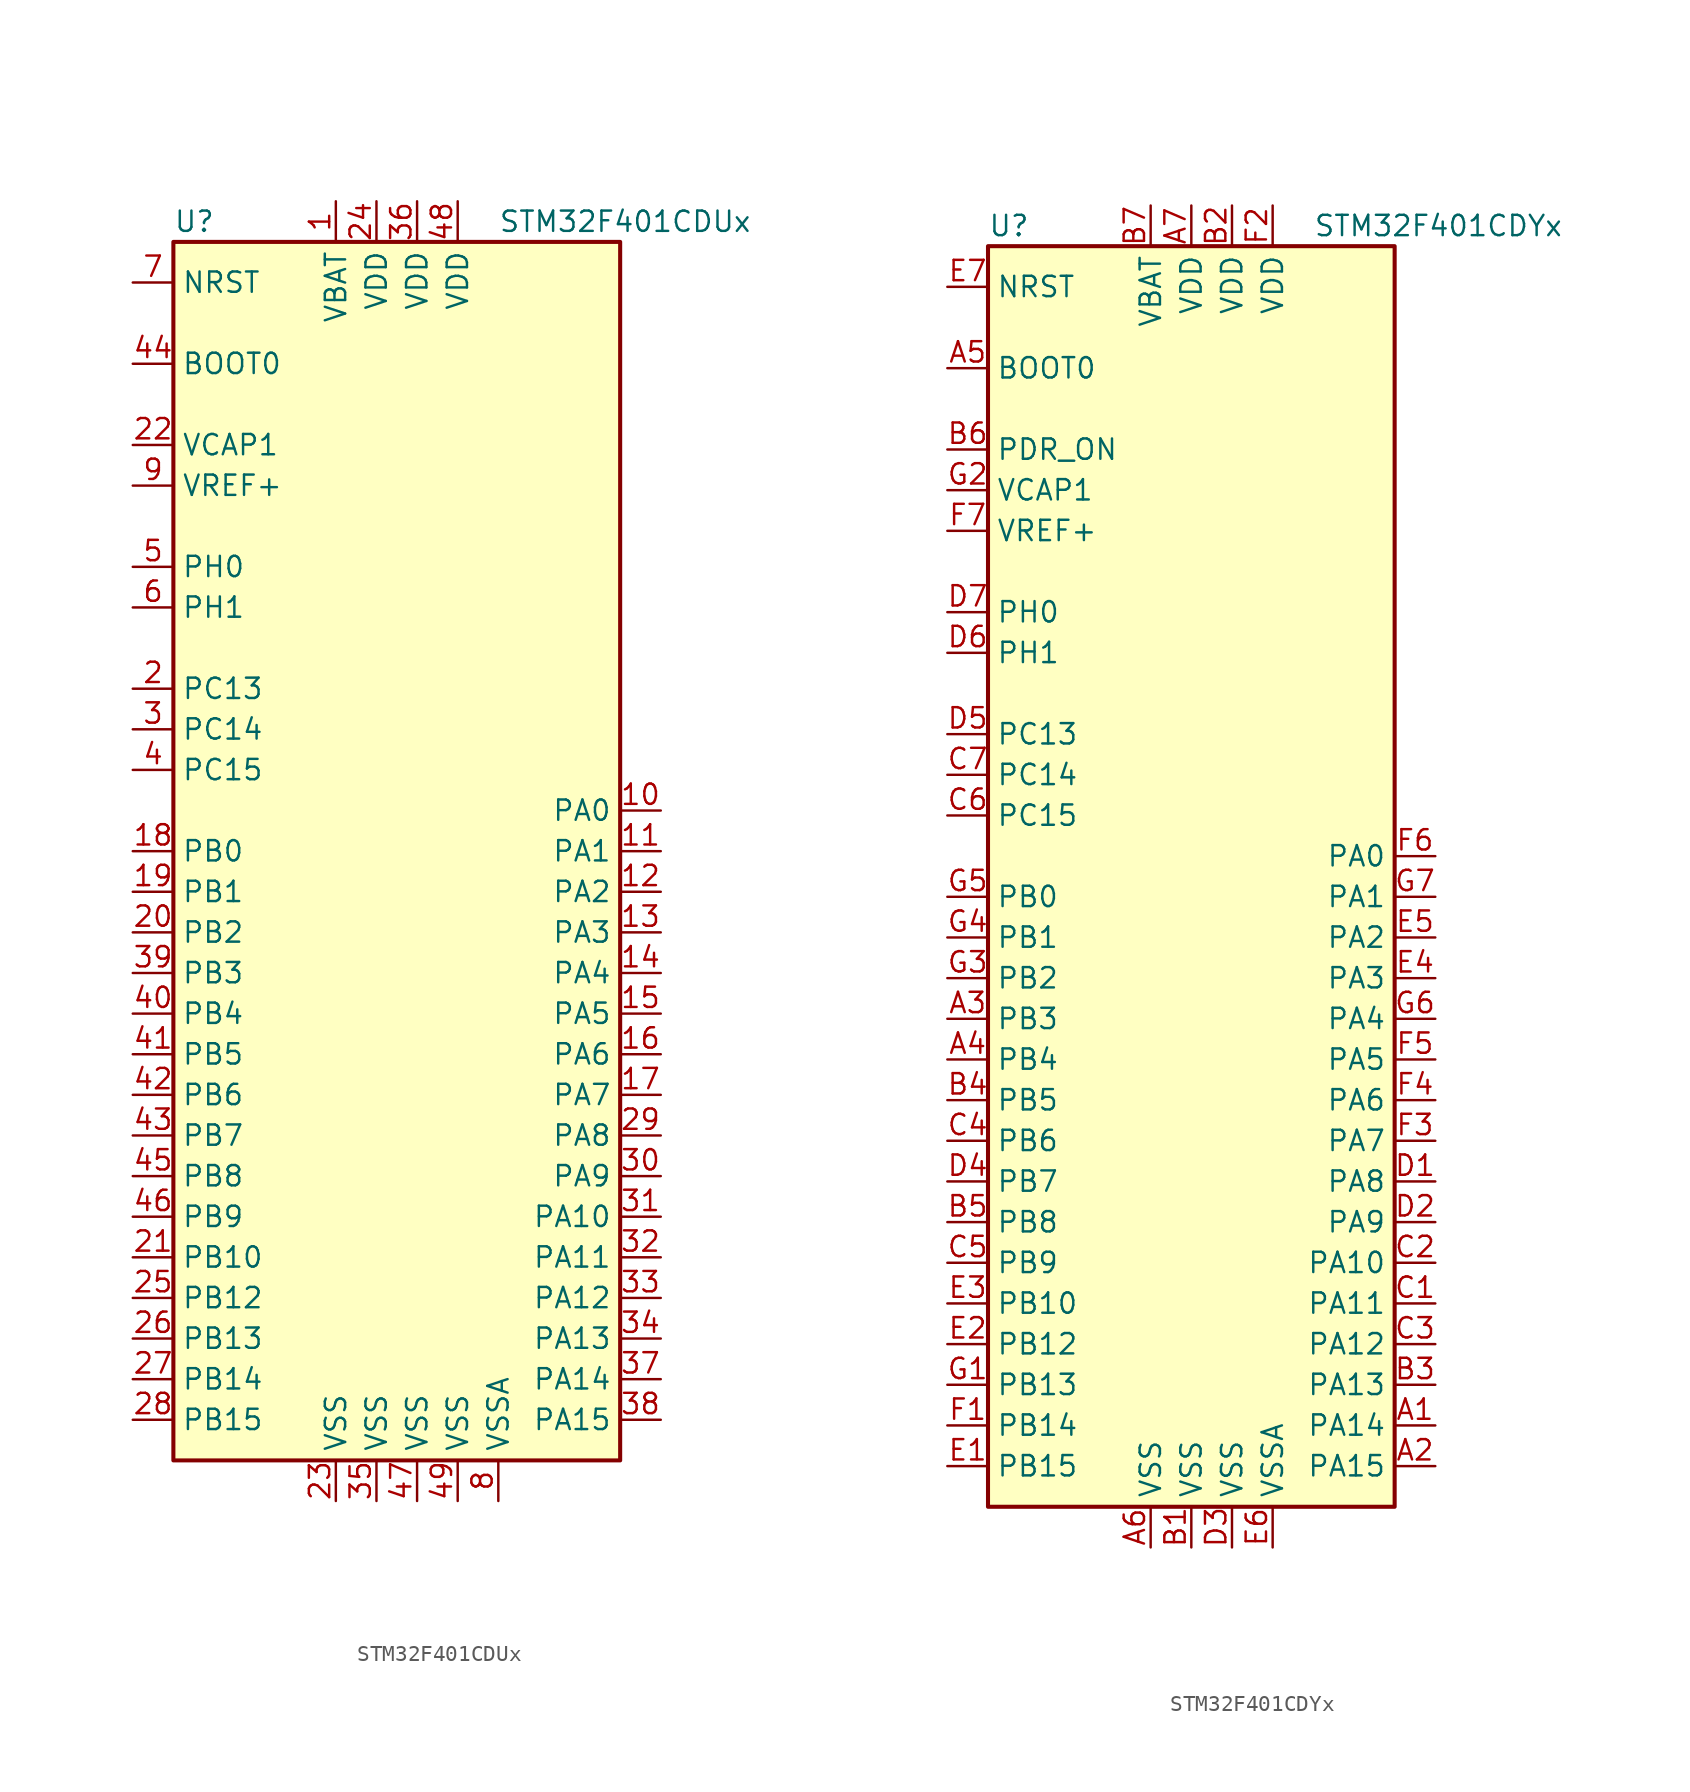
<source format=kicad_sym>
(kicad_symbol_lib
  (version 20201005)
  (generator kicad_symbol_editor)
  (symbol "STM32F401CDUx"
    (property "Reference" "U"
      (at -15.24 39.37 0)
      (effects (font (size 1.27 1.27)) (justify left)))
    (property "Value" "STM32F401CDUx"
      (at 5.08 39.37 0)
      (effects (font (size 1.27 1.27)) (justify left)))
    (symbol "STM32F401CDUx_0_1"
      (rectangle (start -15.24 -38.1) (end 12.7 38.1) (stroke (width 0.254)) (fill (type background))))
    (symbol "STM32F401CDUx_1_1"
      (pin power_in line (at -5.08 40.64 270) (length 2.54) (name "VBAT" (effects (font (size 1.27 1.27)))) (number "1" (effects (font (size 1.27 1.27)))))
      (pin bidirectional line (at 15.24 2.54 180) (length 2.54) (name "PA0" (effects (font (size 1.27 1.27)))) (number "10" (effects (font (size 1.27 1.27)))))
      (pin bidirectional line (at 15.24 0 180) (length 2.54) (name "PA1" (effects (font (size 1.27 1.27)))) (number "11" (effects (font (size 1.27 1.27)))))
      (pin bidirectional line (at 15.24 -2.54 180) (length 2.54) (name "PA2" (effects (font (size 1.27 1.27)))) (number "12" (effects (font (size 1.27 1.27)))))
      (pin bidirectional line (at 15.24 -5.08 180) (length 2.54) (name "PA3" (effects (font (size 1.27 1.27)))) (number "13" (effects (font (size 1.27 1.27)))))
      (pin bidirectional line (at 15.24 -7.62 180) (length 2.54) (name "PA4" (effects (font (size 1.27 1.27)))) (number "14" (effects (font (size 1.27 1.27)))))
      (pin bidirectional line (at 15.24 -10.16 180) (length 2.54) (name "PA5" (effects (font (size 1.27 1.27)))) (number "15" (effects (font (size 1.27 1.27)))))
      (pin bidirectional line (at 15.24 -12.7 180) (length 2.54) (name "PA6" (effects (font (size 1.27 1.27)))) (number "16" (effects (font (size 1.27 1.27)))))
      (pin bidirectional line (at 15.24 -15.24 180) (length 2.54) (name "PA7" (effects (font (size 1.27 1.27)))) (number "17" (effects (font (size 1.27 1.27)))))
      (pin bidirectional line (at -17.78 0 0) (length 2.54) (name "PB0" (effects (font (size 1.27 1.27)))) (number "18" (effects (font (size 1.27 1.27)))))
      (pin bidirectional line (at -17.78 -2.54 0) (length 2.54) (name "PB1" (effects (font (size 1.27 1.27)))) (number "19" (effects (font (size 1.27 1.27)))))
      (pin bidirectional line (at -17.78 10.16 0) (length 2.54) (name "PC13" (effects (font (size 1.27 1.27)))) (number "2" (effects (font (size 1.27 1.27)))))
      (pin bidirectional line (at -17.78 -5.08 0) (length 2.54) (name "PB2" (effects (font (size 1.27 1.27)))) (number "20" (effects (font (size 1.27 1.27)))))
      (pin bidirectional line (at -17.78 -25.4 0) (length 2.54) (name "PB10" (effects (font (size 1.27 1.27)))) (number "21" (effects (font (size 1.27 1.27)))))
      (pin power_in line (at -17.78 25.4 0) (length 2.54) (name "VCAP1" (effects (font (size 1.27 1.27)))) (number "22" (effects (font (size 1.27 1.27)))))
      (pin power_in line (at -5.08 -40.64 90) (length 2.54) (name "VSS" (effects (font (size 1.27 1.27)))) (number "23" (effects (font (size 1.27 1.27)))))
      (pin power_in line (at -2.54 40.64 270) (length 2.54) (name "VDD" (effects (font (size 1.27 1.27)))) (number "24" (effects (font (size 1.27 1.27)))))
      (pin bidirectional line (at -17.78 -27.94 0) (length 2.54) (name "PB12" (effects (font (size 1.27 1.27)))) (number "25" (effects (font (size 1.27 1.27)))))
      (pin bidirectional line (at -17.78 -30.48 0) (length 2.54) (name "PB13" (effects (font (size 1.27 1.27)))) (number "26" (effects (font (size 1.27 1.27)))))
      (pin bidirectional line (at -17.78 -33.02 0) (length 2.54) (name "PB14" (effects (font (size 1.27 1.27)))) (number "27" (effects (font (size 1.27 1.27)))))
      (pin bidirectional line (at -17.78 -35.56 0) (length 2.54) (name "PB15" (effects (font (size 1.27 1.27)))) (number "28" (effects (font (size 1.27 1.27)))))
      (pin bidirectional line (at 15.24 -17.78 180) (length 2.54) (name "PA8" (effects (font (size 1.27 1.27)))) (number "29" (effects (font (size 1.27 1.27)))))
      (pin bidirectional line (at -17.78 7.62 0) (length 2.54) (name "PC14" (effects (font (size 1.27 1.27)))) (number "3" (effects (font (size 1.27 1.27)))))
      (pin bidirectional line (at 15.24 -20.32 180) (length 2.54) (name "PA9" (effects (font (size 1.27 1.27)))) (number "30" (effects (font (size 1.27 1.27)))))
      (pin bidirectional line (at 15.24 -22.86 180) (length 2.54) (name "PA10" (effects (font (size 1.27 1.27)))) (number "31" (effects (font (size 1.27 1.27)))))
      (pin bidirectional line (at 15.24 -25.4 180) (length 2.54) (name "PA11" (effects (font (size 1.27 1.27)))) (number "32" (effects (font (size 1.27 1.27)))))
      (pin bidirectional line (at 15.24 -27.94 180) (length 2.54) (name "PA12" (effects (font (size 1.27 1.27)))) (number "33" (effects (font (size 1.27 1.27)))))
      (pin bidirectional line (at 15.24 -30.48 180) (length 2.54) (name "PA13" (effects (font (size 1.27 1.27)))) (number "34" (effects (font (size 1.27 1.27)))))
      (pin power_in line (at -2.54 -40.64 90) (length 2.54) (name "VSS" (effects (font (size 1.27 1.27)))) (number "35" (effects (font (size 1.27 1.27)))))
      (pin power_in line (at 0 40.64 270) (length 2.54) (name "VDD" (effects (font (size 1.27 1.27)))) (number "36" (effects (font (size 1.27 1.27)))))
      (pin bidirectional line (at 15.24 -33.02 180) (length 2.54) (name "PA14" (effects (font (size 1.27 1.27)))) (number "37" (effects (font (size 1.27 1.27)))))
      (pin bidirectional line (at 15.24 -35.56 180) (length 2.54) (name "PA15" (effects (font (size 1.27 1.27)))) (number "38" (effects (font (size 1.27 1.27)))))
      (pin bidirectional line (at -17.78 -7.62 0) (length 2.54) (name "PB3" (effects (font (size 1.27 1.27)))) (number "39" (effects (font (size 1.27 1.27)))))
      (pin bidirectional line (at -17.78 5.08 0) (length 2.54) (name "PC15" (effects (font (size 1.27 1.27)))) (number "4" (effects (font (size 1.27 1.27)))))
      (pin bidirectional line (at -17.78 -10.16 0) (length 2.54) (name "PB4" (effects (font (size 1.27 1.27)))) (number "40" (effects (font (size 1.27 1.27)))))
      (pin bidirectional line (at -17.78 -12.7 0) (length 2.54) (name "PB5" (effects (font (size 1.27 1.27)))) (number "41" (effects (font (size 1.27 1.27)))))
      (pin bidirectional line (at -17.78 -15.24 0) (length 2.54) (name "PB6" (effects (font (size 1.27 1.27)))) (number "42" (effects (font (size 1.27 1.27)))))
      (pin bidirectional line (at -17.78 -17.78 0) (length 2.54) (name "PB7" (effects (font (size 1.27 1.27)))) (number "43" (effects (font (size 1.27 1.27)))))
      (pin input line (at -17.78 30.48 0) (length 2.54) (name "BOOT0" (effects (font (size 1.27 1.27)))) (number "44" (effects (font (size 1.27 1.27)))))
      (pin bidirectional line (at -17.78 -20.32 0) (length 2.54) (name "PB8" (effects (font (size 1.27 1.27)))) (number "45" (effects (font (size 1.27 1.27)))))
      (pin bidirectional line (at -17.78 -22.86 0) (length 2.54) (name "PB9" (effects (font (size 1.27 1.27)))) (number "46" (effects (font (size 1.27 1.27)))))
      (pin power_in line (at 0 -40.64 90) (length 2.54) (name "VSS" (effects (font (size 1.27 1.27)))) (number "47" (effects (font (size 1.27 1.27)))))
      (pin power_in line (at 2.54 40.64 270) (length 2.54) (name "VDD" (effects (font (size 1.27 1.27)))) (number "48" (effects (font (size 1.27 1.27)))))
      (pin power_in line (at 2.54 -40.64 90) (length 2.54) (name "VSS" (effects (font (size 1.27 1.27)))) (number "49" (effects (font (size 1.27 1.27)))))
      (pin input line (at -17.78 17.78 0) (length 2.54) (name "PH0" (effects (font (size 1.27 1.27)))) (number "5" (effects (font (size 1.27 1.27)))))
      (pin input line (at -17.78 15.24 0) (length 2.54) (name "PH1" (effects (font (size 1.27 1.27)))) (number "6" (effects (font (size 1.27 1.27)))))
      (pin input line (at -17.78 35.56 0) (length 2.54) (name "NRST" (effects (font (size 1.27 1.27)))) (number "7" (effects (font (size 1.27 1.27)))))
      (pin power_in line (at 5.08 -40.64 90) (length 2.54) (name "VSSA" (effects (font (size 1.27 1.27)))) (number "8" (effects (font (size 1.27 1.27)))))
      (pin power_in line (at -17.78 22.86 0) (length 2.54) (name "VREF+" (effects (font (size 1.27 1.27)))) (number "9" (effects (font (size 1.27 1.27)))))))
  (symbol "STM32F401CDYx"
    (property "Reference" "U"
      (at -12.7 39.37 0)
      (effects (font (size 1.27 1.27)) (justify left)))
    (property "Value" "STM32F401CDYx"
      (at 7.62 39.37 0)
      (effects (font (size 1.27 1.27)) (justify left)))
    (symbol "STM32F401CDYx_0_1"
      (rectangle (start -12.7 -40.64) (end 12.7 38.1) (stroke (width 0.254)) (fill (type background))))
    (symbol "STM32F401CDYx_1_1"
      (pin bidirectional line (at 15.24 -35.56 180) (length 2.54) (name "PA14" (effects (font (size 1.27 1.27)))) (number "A1" (effects (font (size 1.27 1.27)))))
      (pin bidirectional line (at 15.24 -38.1 180) (length 2.54) (name "PA15" (effects (font (size 1.27 1.27)))) (number "A2" (effects (font (size 1.27 1.27)))))
      (pin bidirectional line (at -15.24 -10.16 0) (length 2.54) (name "PB3" (effects (font (size 1.27 1.27)))) (number "A3" (effects (font (size 1.27 1.27)))))
      (pin bidirectional line (at -15.24 -12.7 0) (length 2.54) (name "PB4" (effects (font (size 1.27 1.27)))) (number "A4" (effects (font (size 1.27 1.27)))))
      (pin input line (at -15.24 30.48 0) (length 2.54) (name "BOOT0" (effects (font (size 1.27 1.27)))) (number "A5" (effects (font (size 1.27 1.27)))))
      (pin power_in line (at -2.54 -43.18 90) (length 2.54) (name "VSS" (effects (font (size 1.27 1.27)))) (number "A6" (effects (font (size 1.27 1.27)))))
      (pin power_in line (at 0 40.64 270) (length 2.54) (name "VDD" (effects (font (size 1.27 1.27)))) (number "A7" (effects (font (size 1.27 1.27)))))
      (pin power_in line (at 0 -43.18 90) (length 2.54) (name "VSS" (effects (font (size 1.27 1.27)))) (number "B1" (effects (font (size 1.27 1.27)))))
      (pin power_in line (at 2.54 40.64 270) (length 2.54) (name "VDD" (effects (font (size 1.27 1.27)))) (number "B2" (effects (font (size 1.27 1.27)))))
      (pin bidirectional line (at 15.24 -33.02 180) (length 2.54) (name "PA13" (effects (font (size 1.27 1.27)))) (number "B3" (effects (font (size 1.27 1.27)))))
      (pin bidirectional line (at -15.24 -15.24 0) (length 2.54) (name "PB5" (effects (font (size 1.27 1.27)))) (number "B4" (effects (font (size 1.27 1.27)))))
      (pin bidirectional line (at -15.24 -22.86 0) (length 2.54) (name "PB8" (effects (font (size 1.27 1.27)))) (number "B5" (effects (font (size 1.27 1.27)))))
      (pin power_in line (at -15.24 25.4 0) (length 2.54) (name "PDR_ON" (effects (font (size 1.27 1.27)))) (number "B6" (effects (font (size 1.27 1.27)))))
      (pin power_in line (at -2.54 40.64 270) (length 2.54) (name "VBAT" (effects (font (size 1.27 1.27)))) (number "B7" (effects (font (size 1.27 1.27)))))
      (pin bidirectional line (at 15.24 -27.94 180) (length 2.54) (name "PA11" (effects (font (size 1.27 1.27)))) (number "C1" (effects (font (size 1.27 1.27)))))
      (pin bidirectional line (at 15.24 -25.4 180) (length 2.54) (name "PA10" (effects (font (size 1.27 1.27)))) (number "C2" (effects (font (size 1.27 1.27)))))
      (pin bidirectional line (at 15.24 -30.48 180) (length 2.54) (name "PA12" (effects (font (size 1.27 1.27)))) (number "C3" (effects (font (size 1.27 1.27)))))
      (pin bidirectional line (at -15.24 -17.78 0) (length 2.54) (name "PB6" (effects (font (size 1.27 1.27)))) (number "C4" (effects (font (size 1.27 1.27)))))
      (pin bidirectional line (at -15.24 -25.4 0) (length 2.54) (name "PB9" (effects (font (size 1.27 1.27)))) (number "C5" (effects (font (size 1.27 1.27)))))
      (pin bidirectional line (at -15.24 2.54 0) (length 2.54) (name "PC15" (effects (font (size 1.27 1.27)))) (number "C6" (effects (font (size 1.27 1.27)))))
      (pin bidirectional line (at -15.24 5.08 0) (length 2.54) (name "PC14" (effects (font (size 1.27 1.27)))) (number "C7" (effects (font (size 1.27 1.27)))))
      (pin bidirectional line (at 15.24 -20.32 180) (length 2.54) (name "PA8" (effects (font (size 1.27 1.27)))) (number "D1" (effects (font (size 1.27 1.27)))))
      (pin bidirectional line (at 15.24 -22.86 180) (length 2.54) (name "PA9" (effects (font (size 1.27 1.27)))) (number "D2" (effects (font (size 1.27 1.27)))))
      (pin power_in line (at 2.54 -43.18 90) (length 2.54) (name "VSS" (effects (font (size 1.27 1.27)))) (number "D3" (effects (font (size 1.27 1.27)))))
      (pin bidirectional line (at -15.24 -20.32 0) (length 2.54) (name "PB7" (effects (font (size 1.27 1.27)))) (number "D4" (effects (font (size 1.27 1.27)))))
      (pin bidirectional line (at -15.24 7.62 0) (length 2.54) (name "PC13" (effects (font (size 1.27 1.27)))) (number "D5" (effects (font (size 1.27 1.27)))))
      (pin input line (at -15.24 12.7 0) (length 2.54) (name "PH1" (effects (font (size 1.27 1.27)))) (number "D6" (effects (font (size 1.27 1.27)))))
      (pin input line (at -15.24 15.24 0) (length 2.54) (name "PH0" (effects (font (size 1.27 1.27)))) (number "D7" (effects (font (size 1.27 1.27)))))
      (pin bidirectional line (at -15.24 -38.1 0) (length 2.54) (name "PB15" (effects (font (size 1.27 1.27)))) (number "E1" (effects (font (size 1.27 1.27)))))
      (pin bidirectional line (at -15.24 -30.48 0) (length 2.54) (name "PB12" (effects (font (size 1.27 1.27)))) (number "E2" (effects (font (size 1.27 1.27)))))
      (pin bidirectional line (at -15.24 -27.94 0) (length 2.54) (name "PB10" (effects (font (size 1.27 1.27)))) (number "E3" (effects (font (size 1.27 1.27)))))
      (pin bidirectional line (at 15.24 -7.62 180) (length 2.54) (name "PA3" (effects (font (size 1.27 1.27)))) (number "E4" (effects (font (size 1.27 1.27)))))
      (pin bidirectional line (at 15.24 -5.08 180) (length 2.54) (name "PA2" (effects (font (size 1.27 1.27)))) (number "E5" (effects (font (size 1.27 1.27)))))
      (pin power_in line (at 5.08 -43.18 90) (length 2.54) (name "VSSA" (effects (font (size 1.27 1.27)))) (number "E6" (effects (font (size 1.27 1.27)))))
      (pin input line (at -15.24 35.56 0) (length 2.54) (name "NRST" (effects (font (size 1.27 1.27)))) (number "E7" (effects (font (size 1.27 1.27)))))
      (pin bidirectional line (at -15.24 -35.56 0) (length 2.54) (name "PB14" (effects (font (size 1.27 1.27)))) (number "F1" (effects (font (size 1.27 1.27)))))
      (pin power_in line (at 5.08 40.64 270) (length 2.54) (name "VDD" (effects (font (size 1.27 1.27)))) (number "F2" (effects (font (size 1.27 1.27)))))
      (pin bidirectional line (at 15.24 -17.78 180) (length 2.54) (name "PA7" (effects (font (size 1.27 1.27)))) (number "F3" (effects (font (size 1.27 1.27)))))
      (pin bidirectional line (at 15.24 -15.24 180) (length 2.54) (name "PA6" (effects (font (size 1.27 1.27)))) (number "F4" (effects (font (size 1.27 1.27)))))
      (pin bidirectional line (at 15.24 -12.7 180) (length 2.54) (name "PA5" (effects (font (size 1.27 1.27)))) (number "F5" (effects (font (size 1.27 1.27)))))
      (pin bidirectional line (at 15.24 0 180) (length 2.54) (name "PA0" (effects (font (size 1.27 1.27)))) (number "F6" (effects (font (size 1.27 1.27)))))
      (pin power_in line (at -15.24 20.32 0) (length 2.54) (name "VREF+" (effects (font (size 1.27 1.27)))) (number "F7" (effects (font (size 1.27 1.27)))))
      (pin bidirectional line (at -15.24 -33.02 0) (length 2.54) (name "PB13" (effects (font (size 1.27 1.27)))) (number "G1" (effects (font (size 1.27 1.27)))))
      (pin power_in line (at -15.24 22.86 0) (length 2.54) (name "VCAP1" (effects (font (size 1.27 1.27)))) (number "G2" (effects (font (size 1.27 1.27)))))
      (pin bidirectional line (at -15.24 -7.62 0) (length 2.54) (name "PB2" (effects (font (size 1.27 1.27)))) (number "G3" (effects (font (size 1.27 1.27)))))
      (pin bidirectional line (at -15.24 -5.08 0) (length 2.54) (name "PB1" (effects (font (size 1.27 1.27)))) (number "G4" (effects (font (size 1.27 1.27)))))
      (pin bidirectional line (at -15.24 -2.54 0) (length 2.54) (name "PB0" (effects (font (size 1.27 1.27)))) (number "G5" (effects (font (size 1.27 1.27)))))
      (pin bidirectional line (at 15.24 -10.16 180) (length 2.54) (name "PA4" (effects (font (size 1.27 1.27)))) (number "G6" (effects (font (size 1.27 1.27)))))
      (pin bidirectional line (at 15.24 -2.54 180) (length 2.54) (name "PA1" (effects (font (size 1.27 1.27)))) (number "G7" (effects (font (size 1.27 1.27))))))))
</source>
